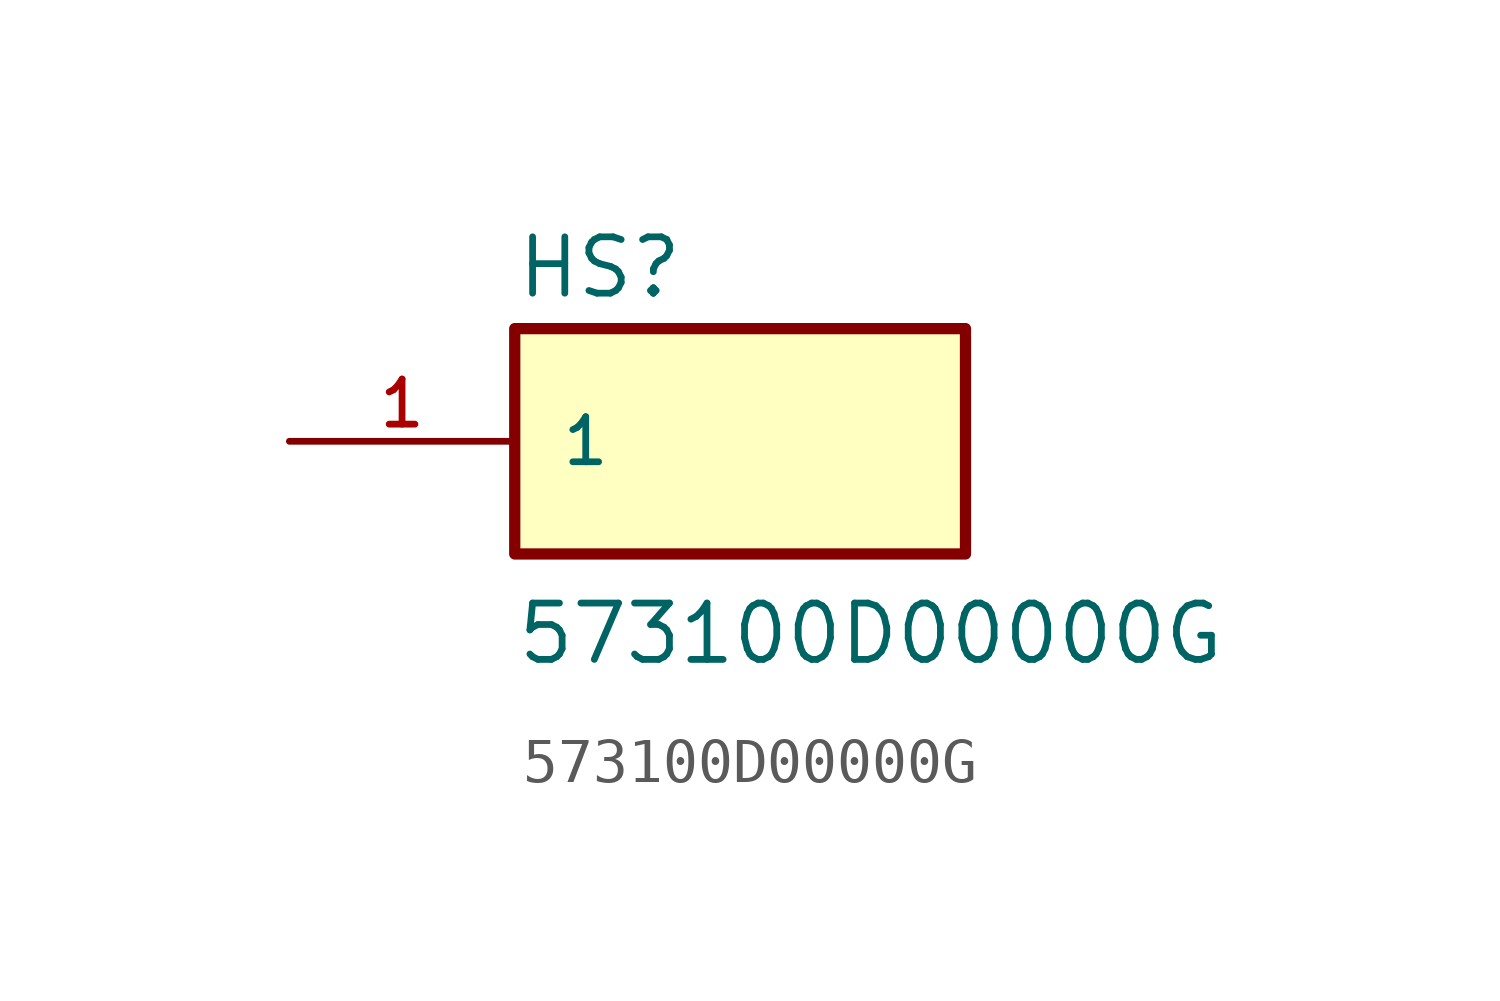
<source format=kicad_sym>
(kicad_symbol_lib
  (version 20211014)
  (generator kicad_symbol_editor)
  (symbol "573100D00000G"
    (pin_names
      (offset 1.016))
    (property "Reference" "HS"
      (at -5.08 3.175 0)
      (effects (font (size 1.27 1.27)) (justify bottom left)))
    (property "Value" "573100D00000G"
      (at -5.08 -5.08 0)
      (effects (font (size 1.27 1.27)) (justify bottom left)))
    (symbol "573100D00000G_0_0"
      (rectangle (start -5.08 -2.54) (end 5.08 2.54) (stroke (width 0.254)) (fill (type background)))
      (pin passive line (at -10.16 0.0 0) (length 5.08) (name "1" (effects (font (size 1.016 1.016)))) (number "1" (effects (font (size 1.016 1.016))))))))
</source>
